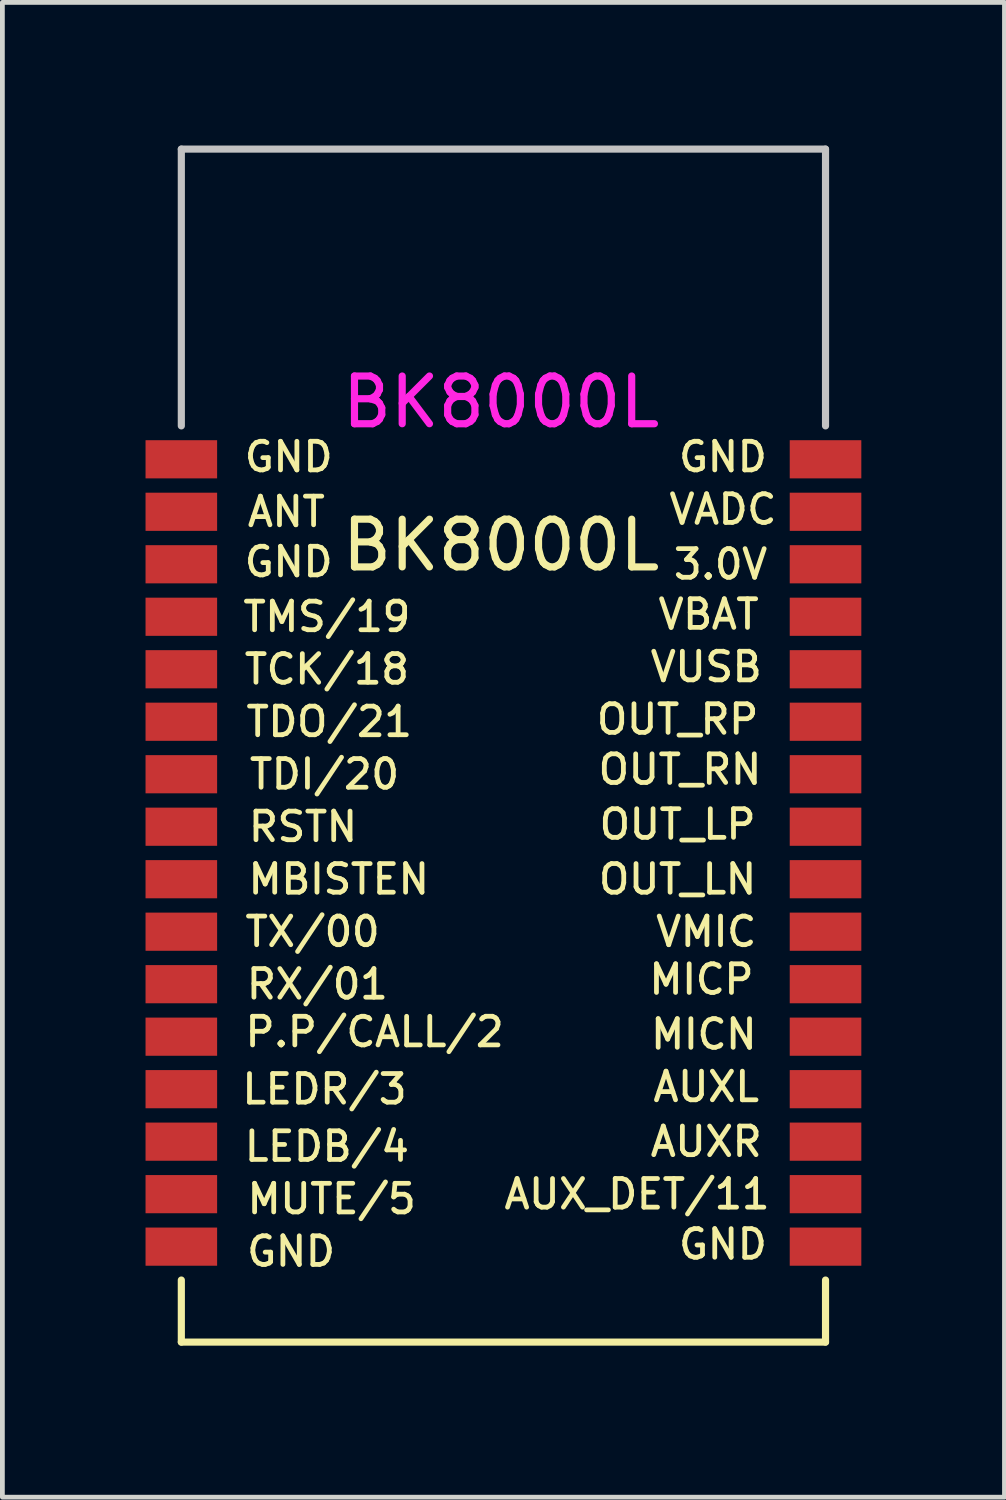
<source format=kicad_pcb>
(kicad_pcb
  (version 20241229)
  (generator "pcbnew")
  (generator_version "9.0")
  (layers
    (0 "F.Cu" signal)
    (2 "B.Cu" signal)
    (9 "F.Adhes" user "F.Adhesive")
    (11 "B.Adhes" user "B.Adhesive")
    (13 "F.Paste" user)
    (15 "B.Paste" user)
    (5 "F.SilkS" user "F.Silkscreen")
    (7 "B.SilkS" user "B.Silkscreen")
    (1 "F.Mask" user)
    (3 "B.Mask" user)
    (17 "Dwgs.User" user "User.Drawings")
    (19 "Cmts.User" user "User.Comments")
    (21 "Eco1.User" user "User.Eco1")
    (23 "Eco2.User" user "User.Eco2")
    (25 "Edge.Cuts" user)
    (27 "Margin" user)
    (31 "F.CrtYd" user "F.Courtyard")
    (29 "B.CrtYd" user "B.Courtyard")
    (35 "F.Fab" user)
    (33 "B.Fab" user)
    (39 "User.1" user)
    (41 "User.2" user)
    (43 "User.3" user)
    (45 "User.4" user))
  (footprint "BK8000L"
    (layer "F.Cu")
    (at 0.75 25.075)
    (property "Reference" "BK8000L" (at 6.7 -16.7 0) (layer "F.SilkS") (effects (font (size 1 1) (thickness 0.15))))
    (attr through_hole)
    (fp_line (start 0 -1.3) (end 0 0) (stroke (width 0.15) (type solid)) (layer "F.SilkS"))
    (fp_line (start 0 0) (end 13.5 0) (stroke (width 0.15) (type solid)) (layer "F.SilkS"))
    (fp_line (start 13.5 0) (end 13.5 -1.3) (stroke (width 0.15) (type solid)) (layer "F.SilkS"))
    (fp_line (start 0 -25) (end 13.5 -25) (stroke (width 0.15) (type solid)) (layer "Dwgs.User"))
    (fp_line (start 0 -19.2) (end 0 -25) (stroke (width 0.15) (type solid)) (layer "Dwgs.User"))
    (fp_line (start 13.5 -25) (end 13.5 -19.2) (stroke (width 0.15) (type solid)) (layer "Dwgs.User"))
    (fp_text user "AUXR" (at 11 -4.2 0) (layer "F.SilkS") (effects (font (size 0.6 0.6) (thickness 0.1))))
    (fp_text user "P.P/CALL/2" (at 4.05 -6.5 0) (layer "F.SilkS") (effects (font (size 0.6 0.6) (thickness 0.1))))
    (fp_text user "MBISTEN" (at 3.3 -9.7 0) (layer "F.SilkS") (effects (font (size 0.6 0.6) (thickness 0.1))))
    (fp_text user "RSTN" (at 2.55 -10.8 0) (layer "F.SilkS") (effects (font (size 0.6 0.6) (thickness 0.1))))
    (fp_text user "OUT_LN" (at 10.4 -9.7 0) (layer "F.SilkS") (effects (font (size 0.6 0.6) (thickness 0.1))))
    (fp_text user "AUX_DET/11" (at 9.55 -3.1 0) (layer "F.SilkS") (effects (font (size 0.6 0.6) (thickness 0.1))))
    (fp_text user "TCK/18" (at 3.05 -14.1 0) (layer "F.SilkS") (effects (font (size 0.6 0.6) (thickness 0.1))))
    (fp_text user "GND" (at 11.35 -18.55 0) (layer "F.SilkS") (effects (font (size 0.6 0.6) (thickness 0.1))))
    (fp_text user "MICN" (at 10.95 -6.45 0) (layer "F.SilkS") (effects (font (size 0.6 0.6) (thickness 0.1))))
    (fp_text user "OUT_RP" (at 10.4 -13.05 0) (layer "F.SilkS") (effects (font (size 0.6 0.6) (thickness 0.1))))
    (fp_text user "VADC" (at 11.35 -17.45 0) (layer "F.SilkS") (effects (font (size 0.6 0.6) (thickness 0.1))))
    (fp_text user "OUT_LP" (at 10.4 -10.85 0) (layer "F.SilkS") (effects (font (size 0.6 0.6) (thickness 0.1))))
    (fp_text user "TDO/21" (at 3.1 -13 0) (layer "F.SilkS") (effects (font (size 0.6 0.6) (thickness 0.1))))
    (fp_text user "GND" (at 2.25 -18.55 0) (layer "F.SilkS") (effects (font (size 0.6 0.6) (thickness 0.1))))
    (fp_text user "RX/01" (at 2.85 -7.5 0) (layer "F.SilkS") (effects (font (size 0.6 0.6) (thickness 0.1))))
    (fp_text user "VMIC" (at 11 -8.6 0) (layer "F.SilkS") (effects (font (size 0.6 0.6) (thickness 0.1))))
    (fp_text user "TX/00" (at 2.75 -8.6 0) (layer "F.SilkS") (effects (font (size 0.6 0.6) (thickness 0.1))))
    (fp_text user "TDI/20" (at 3 -11.9 0) (layer "F.SilkS") (effects (font (size 0.6 0.6) (thickness 0.1))))
    (fp_text user "AUXL" (at 11 -5.35 0) (layer "F.SilkS") (effects (font (size 0.6 0.6) (thickness 0.1))))
    (fp_text user "LEDR/3" (at 3 -5.3 0) (layer "F.SilkS") (effects (font (size 0.6 0.6) (thickness 0.1))))
    (fp_text user "3.0V" (at 11.3 -16.3 0) (layer "F.SilkS") (effects (font (size 0.6 0.6) (thickness 0.1))))
    (fp_text user "OUT_RN" (at 10.45 -12 0) (layer "F.SilkS") (effects (font (size 0.6 0.6) (thickness 0.1))))
    (fp_text user "MICP" (at 10.9 -7.6 0) (layer "F.SilkS") (effects (font (size 0.6 0.6) (thickness 0.1))))
    (fp_text user "TMS/19" (at 3.05 -15.2 0) (layer "F.SilkS") (effects (font (size 0.6 0.6) (thickness 0.1))))
    (fp_text user "GND" (at 2.25 -16.35 0) (layer "F.SilkS") (effects (font (size 0.6 0.6) (thickness 0.1))))
    (fp_text user "GND" (at 2.3 -1.9 0) (layer "F.SilkS") (effects (font (size 0.6 0.6) (thickness 0.1))))
    (fp_text user "ANT" (at 2.2 -17.4 0) (layer "F.SilkS") (effects (font (size 0.6 0.6) (thickness 0.1))))
    (fp_text user "VBAT" (at 11.05 -15.25 0) (layer "F.SilkS") (effects (font (size 0.6 0.6) (thickness 0.1))))
    (fp_text user "MUTE/5" (at 3.15 -3 0) (layer "F.SilkS") (effects (font (size 0.6 0.6) (thickness 0.1))))
    (fp_text user "LEDB/4" (at 3.05 -4.1 0) (layer "F.SilkS") (effects (font (size 0.6 0.6) (thickness 0.1))))
    (fp_text user "VUSB" (at 11 -14.15 0) (layer "F.SilkS") (effects (font (size 0.6 0.6) (thickness 0.1))))
    (fp_text user "GND" (at 11.35 -2.05 0) (layer "F.SilkS") (effects (font (size 0.6 0.6) (thickness 0.1))))
    (fp_text user "BK8000L" (at 6.7 -19.7 0) (layer "F.CrtYd") (effects (font (size 1 1) (thickness 0.15))))
    (pad "1" smd rect (at 0 -18.5) (size 1.5 0.8) (layers "F.Cu" "F.Mask" "F.Paste"))
    (pad "2" smd rect (at 0 -17.4) (size 1.5 0.8) (layers "F.Cu" "F.Mask" "F.Paste"))
    (pad "3" smd rect (at 0 -16.3) (size 1.5 0.8) (layers "F.Cu" "F.Mask" "F.Paste"))
    (pad "4" smd rect (at 0 -15.2) (size 1.5 0.8) (layers "F.Cu" "F.Mask" "F.Paste"))
    (pad "5" smd rect (at 0 -14.1) (size 1.5 0.8) (layers "F.Cu" "F.Mask" "F.Paste"))
    (pad "6" smd rect (at 0 -13) (size 1.5 0.8) (layers "F.Cu" "F.Mask" "F.Paste"))
    (pad "7" smd rect (at 0 -11.9) (size 1.5 0.8) (layers "F.Cu" "F.Mask" "F.Paste"))
    (pad "8" smd rect (at 0 -10.8) (size 1.5 0.8) (layers "F.Cu" "F.Mask" "F.Paste"))
    (pad "9" smd rect (at 0 -9.7) (size 1.5 0.8) (layers "F.Cu" "F.Mask" "F.Paste"))
    (pad "10" smd rect (at 0 -8.6) (size 1.5 0.8) (layers "F.Cu" "F.Mask" "F.Paste"))
    (pad "11" smd rect (at 0 -7.5) (size 1.5 0.8) (layers "F.Cu" "F.Mask" "F.Paste"))
    (pad "12" smd rect (at 0 -6.4) (size 1.5 0.8) (layers "F.Cu" "F.Mask" "F.Paste"))
    (pad "13" smd rect (at 0 -5.3) (size 1.5 0.8) (layers "F.Cu" "F.Mask" "F.Paste"))
    (pad "14" smd rect (at 0 -4.2) (size 1.5 0.8) (layers "F.Cu" "F.Mask" "F.Paste"))
    (pad "15" smd rect (at 0 -3.1) (size 1.5 0.8) (layers "F.Cu" "F.Mask" "F.Paste"))
    (pad "16" smd rect (at 0 -2) (size 1.5 0.8) (layers "F.Cu" "F.Mask" "F.Paste"))
    (pad "17" smd rect (at 13.5 -2) (size 1.5 0.8) (layers "F.Cu" "F.Mask" "F.Paste"))
    (pad "18" smd rect (at 13.5 -3.1) (size 1.5 0.8) (layers "F.Cu" "F.Mask" "F.Paste"))
    (pad "19" smd rect (at 13.5 -4.2) (size 1.5 0.8) (layers "F.Cu" "F.Mask" "F.Paste"))
    (pad "20" smd rect (at 13.5 -5.3) (size 1.5 0.8) (layers "F.Cu" "F.Mask" "F.Paste"))
    (pad "21" smd rect (at 13.5 -6.4) (size 1.5 0.8) (layers "F.Cu" "F.Mask" "F.Paste"))
    (pad "22" smd rect (at 13.5 -7.5) (size 1.5 0.8) (layers "F.Cu" "F.Mask" "F.Paste"))
    (pad "23" smd rect (at 13.5 -8.6) (size 1.5 0.8) (layers "F.Cu" "F.Mask" "F.Paste"))
    (pad "24" smd rect (at 13.5 -9.7) (size 1.5 0.8) (layers "F.Cu" "F.Mask" "F.Paste"))
    (pad "25" smd rect (at 13.5 -10.8) (size 1.5 0.8) (layers "F.Cu" "F.Mask" "F.Paste"))
    (pad "26" smd rect (at 13.5 -11.9) (size 1.5 0.8) (layers "F.Cu" "F.Mask" "F.Paste"))
    (pad "27" smd rect (at 13.5 -13) (size 1.5 0.8) (layers "F.Cu" "F.Mask" "F.Paste"))
    (pad "28" smd rect (at 13.5 -14.1) (size 1.5 0.8) (layers "F.Cu" "F.Mask" "F.Paste"))
    (pad "29" smd rect (at 13.5 -15.2) (size 1.5 0.8) (layers "F.Cu" "F.Mask" "F.Paste"))
    (pad "30" smd rect (at 13.5 -16.3) (size 1.5 0.8) (layers "F.Cu" "F.Mask" "F.Paste"))
    (pad "31" smd rect (at 13.5 -17.4) (size 1.5 0.8) (layers "F.Cu" "F.Mask" "F.Paste"))
    (pad "32" smd rect (at 13.5 -18.5) (size 1.5 0.8) (layers "F.Cu" "F.Mask" "F.Paste")))
  (gr_rect
    (start -3 -3)
    (end 18 28.325)
    (stroke (width 0.1) (type default))
    (fill no)
    (layer "Edge.Cuts")))
</source>
